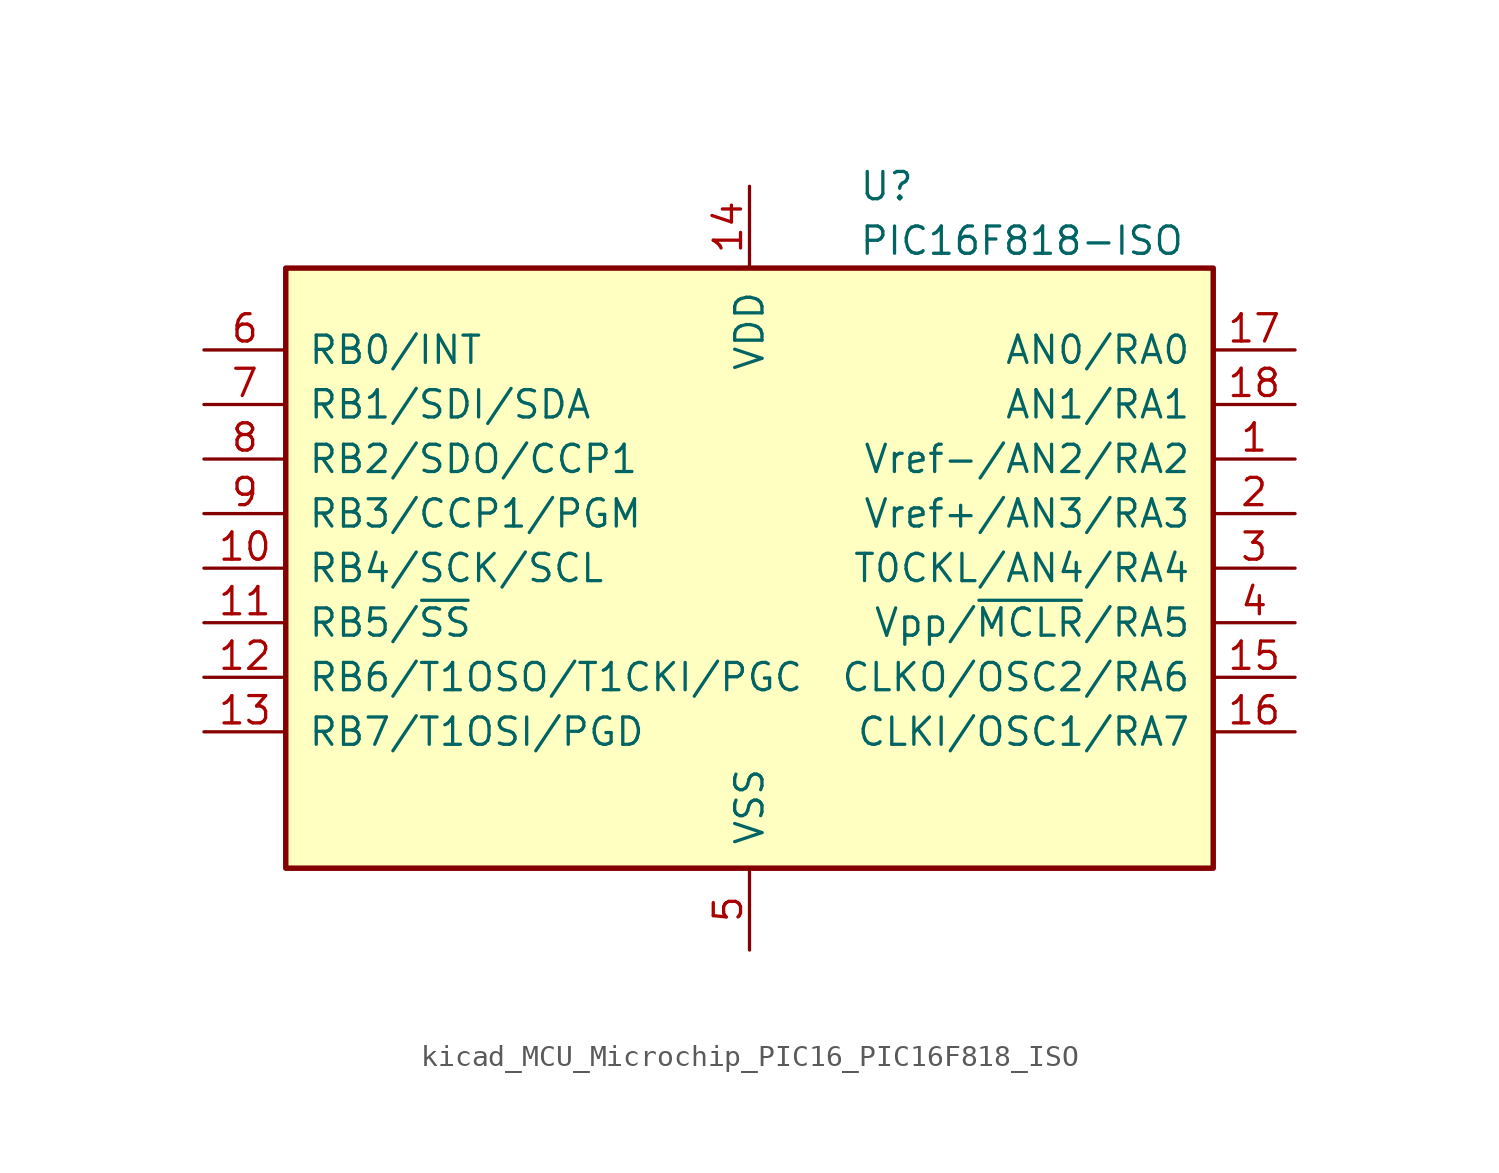
<source format=kicad_sym>
(kicad_symbol_lib
  (version 20220914)
  (generator kicad_symbol_editor)
  (symbol "kicad_MCU_Microchip_PIC16_PIC16F818_ISO"
    (pin_names
      (offset 1.016))
    (property "Reference" "U"
      (at 5.08 17.78 0)
      (effects (font (size 1.27 1.27)) (justify left)))
    (property "Value" "PIC16F818-ISO"
      (at 5.08 15.24 0)
      (effects (font (size 1.27 1.27)) (justify left)))
    (symbol "kicad_MCU_Microchip_PIC16_PIC16F818_ISO_0_1"
      (rectangle (start -21.59 13.97) (end 21.59 -13.97) (stroke (width 0.254) (type default)) (fill (type background))))
    (symbol "kicad_MCU_Microchip_PIC16_PIC16F818_ISO_1_1"
      (pin bidirectional line (at 25.4 5.08 180) (length 3.81) (name "Vref-/AN2/RA2" (effects (font (size 1.27 1.27)))) (number "1" (effects (font (size 1.27 1.27)))))
      (pin bidirectional line (at -25.4 0 0) (length 3.81) (name "RB4/SCK/SCL" (effects (font (size 1.27 1.27)))) (number "10" (effects (font (size 1.27 1.27)))))
      (pin bidirectional line (at -25.4 -2.54 0) (length 3.81) (name "RB5/~{SS}" (effects (font (size 1.27 1.27)))) (number "11" (effects (font (size 1.27 1.27)))))
      (pin bidirectional line (at -25.4 -5.08 0) (length 3.81) (name "RB6/T1OSO/T1CKI/PGC" (effects (font (size 1.27 1.27)))) (number "12" (effects (font (size 1.27 1.27)))))
      (pin bidirectional line (at -25.4 -7.62 0) (length 3.81) (name "RB7/T1OSI/PGD" (effects (font (size 1.27 1.27)))) (number "13" (effects (font (size 1.27 1.27)))))
      (pin power_in line (at 0 17.78 270) (length 3.81) (name "VDD" (effects (font (size 1.27 1.27)))) (number "14" (effects (font (size 1.27 1.27)))))
      (pin bidirectional line (at 25.4 -5.08 180) (length 3.81) (name "CLKO/OSC2/RA6" (effects (font (size 1.27 1.27)))) (number "15" (effects (font (size 1.27 1.27)))))
      (pin bidirectional line (at 25.4 -7.62 180) (length 3.81) (name "CLKI/OSC1/RA7" (effects (font (size 1.27 1.27)))) (number "16" (effects (font (size 1.27 1.27)))))
      (pin bidirectional line (at 25.4 10.16 180) (length 3.81) (name "AN0/RA0" (effects (font (size 1.27 1.27)))) (number "17" (effects (font (size 1.27 1.27)))))
      (pin bidirectional line (at 25.4 7.62 180) (length 3.81) (name "AN1/RA1" (effects (font (size 1.27 1.27)))) (number "18" (effects (font (size 1.27 1.27)))))
      (pin bidirectional line (at 25.4 2.54 180) (length 3.81) (name "Vref+/AN3/RA3" (effects (font (size 1.27 1.27)))) (number "2" (effects (font (size 1.27 1.27)))))
      (pin bidirectional line (at 25.4 0 180) (length 3.81) (name "T0CKL/AN4/RA4" (effects (font (size 1.27 1.27)))) (number "3" (effects (font (size 1.27 1.27)))))
      (pin input line (at 25.4 -2.54 180) (length 3.81) (name "Vpp/~{MCLR}/RA5" (effects (font (size 1.27 1.27)))) (number "4" (effects (font (size 1.27 1.27)))))
      (pin power_in line (at 0 -17.78 90) (length 3.81) (name "VSS" (effects (font (size 1.27 1.27)))) (number "5" (effects (font (size 1.27 1.27)))))
      (pin bidirectional line (at -25.4 10.16 0) (length 3.81) (name "RB0/INT" (effects (font (size 1.27 1.27)))) (number "6" (effects (font (size 1.27 1.27)))))
      (pin bidirectional line (at -25.4 7.62 0) (length 3.81) (name "RB1/SDI/SDA" (effects (font (size 1.27 1.27)))) (number "7" (effects (font (size 1.27 1.27)))))
      (pin bidirectional line (at -25.4 5.08 0) (length 3.81) (name "RB2/SDO/CCP1" (effects (font (size 1.27 1.27)))) (number "8" (effects (font (size 1.27 1.27)))))
      (pin bidirectional line (at -25.4 2.54 0) (length 3.81) (name "RB3/CCP1/PGM" (effects (font (size 1.27 1.27)))) (number "9" (effects (font (size 1.27 1.27))))))))
</source>
